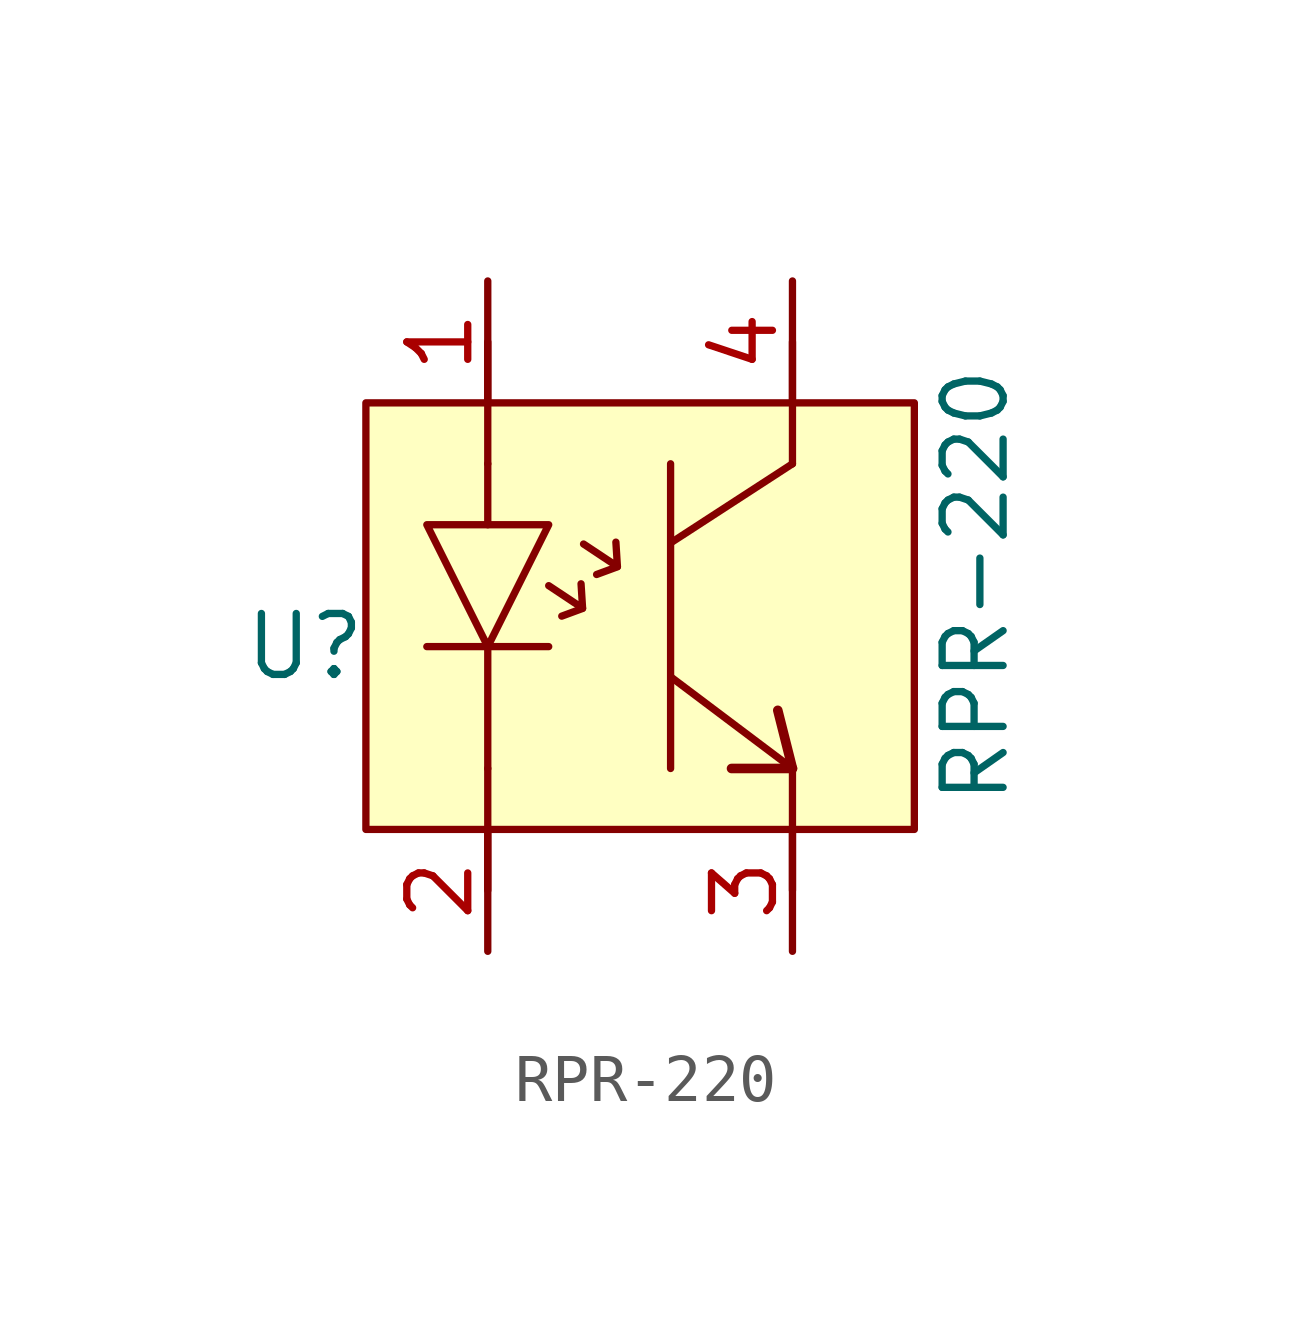
<source format=kicad_sym>
(kicad_symbol_lib
  (version 20211014)
  (generator kicad_symbol_editor)
  (symbol "RPR-220"
    (pin_names hide)
    (property "Reference" "U"
      (at -7.62 0 0)
      (effects (font (size 1.27 1.27))))
    (property "Value" "RPR-220"
      (at 6.35 1.27 90)
      (effects (font (size 1.27 1.27))))
    (symbol "RPR-220_0_1"
      (rectangle (start -6.35 5.08) (end 5.08 -3.81) (stroke (width 0) (type default) (color 0 0 0 0)) (fill (type background)))
      (polyline (pts (xy -5.08 0) (xy -2.54 0)) (stroke (width 0) (type default) (color 0 0 0 0)) (fill (type none)))
      (polyline (pts (xy -3.81 -2.54) (xy -3.81 -5.08)) (stroke (width 0) (type default) (color 0 0 0 0)) (fill (type none)))
      (polyline (pts (xy -3.81 0) (xy -3.81 -2.54)) (stroke (width 0) (type default) (color 0 0 0 0)) (fill (type none)))
      (polyline (pts (xy -3.81 3.81) (xy -3.81 2.54)) (stroke (width 0) (type default) (color 0 0 0 0)) (fill (type none)))
      (polyline (pts (xy -3.81 6.35) (xy -3.81 3.81)) (stroke (width 0) (type default) (color 0 0 0 0)) (fill (type none)))
      (polyline (pts (xy -1.834 0.795) (xy -2.268 0.635)) (stroke (width 0) (type default) (color 0 0 0 0)) (fill (type none)))
      (polyline (pts (xy -1.108 1.663) (xy -1.542 1.503)) (stroke (width 0) (type default) (color 0 0 0 0)) (fill (type none)))
      (polyline (pts (xy 0 3.81) (xy 0 -2.54)) (stroke (width 0) (type default) (color 0 0 0 0)) (fill (type none)))
      (polyline (pts (xy 0.026 -0.648) (xy 2.54 -2.54)) (stroke (width 0) (type default) (color 0 0 0 0)) (fill (type none)))
      (polyline (pts (xy 2.54 -2.54) (xy 1.27 -2.54)) (stroke (width 0.2) (type default) (color 0 0 0 0)) (fill (type none)))
      (polyline (pts (xy 2.54 -2.54) (xy 2.234 -1.328)) (stroke (width 0.2) (type default) (color 0 0 0 0)) (fill (type none)))
      (polyline (pts (xy 2.54 -2.54) (xy 2.54 -5.08)) (stroke (width 0) (type default) (color 0 0 0 0)) (fill (type none)))
      (polyline (pts (xy 2.54 3.81) (xy 0.036 2.184)) (stroke (width 0) (type default) (color 0 0 0 0)) (fill (type none)))
      (polyline (pts (xy 2.54 6.35) (xy 2.54 3.81)) (stroke (width 0) (type default) (color 0 0 0 0)) (fill (type none)))
      (polyline (pts (xy -2.54 1.27) (xy -1.834 0.801) (xy -1.866 1.309)) (stroke (width 0) (type default) (color 0 0 0 0)) (fill (type none)))
      (polyline (pts (xy -1.814 2.138) (xy -1.108 1.669) (xy -1.14 2.177)) (stroke (width 0) (type default) (color 0 0 0 0)) (fill (type none)))
      (polyline (pts (xy -5.08 2.54) (xy -2.54 2.54) (xy -3.81 0) (xy -5.08 2.54)) (stroke (width 0) (type default) (color 0 0 0 0)) (fill (type none))))
    (symbol "RPR-220_1_1"
      (pin passive line (at -3.81 7.62 270) (length 2.54) (name "A" (effects (font (size 1.27 1.27)))) (number "1" (effects (font (size 1.27 1.27)))))
      (pin passive line (at -3.81 -6.35 90) (length 2.54) (name "C" (effects (font (size 1.27 1.27)))) (number "2" (effects (font (size 1.27 1.27)))))
      (pin passive line (at 2.54 -6.35 90) (length 2.54) (name "E" (effects (font (size 1.27 1.27)))) (number "3" (effects (font (size 1.27 1.27)))))
      (pin passive line (at 2.54 7.62 270) (length 2.54) (name "C" (effects (font (size 1.27 1.27)))) (number "4" (effects (font (size 1.27 1.27))))))))
</source>
